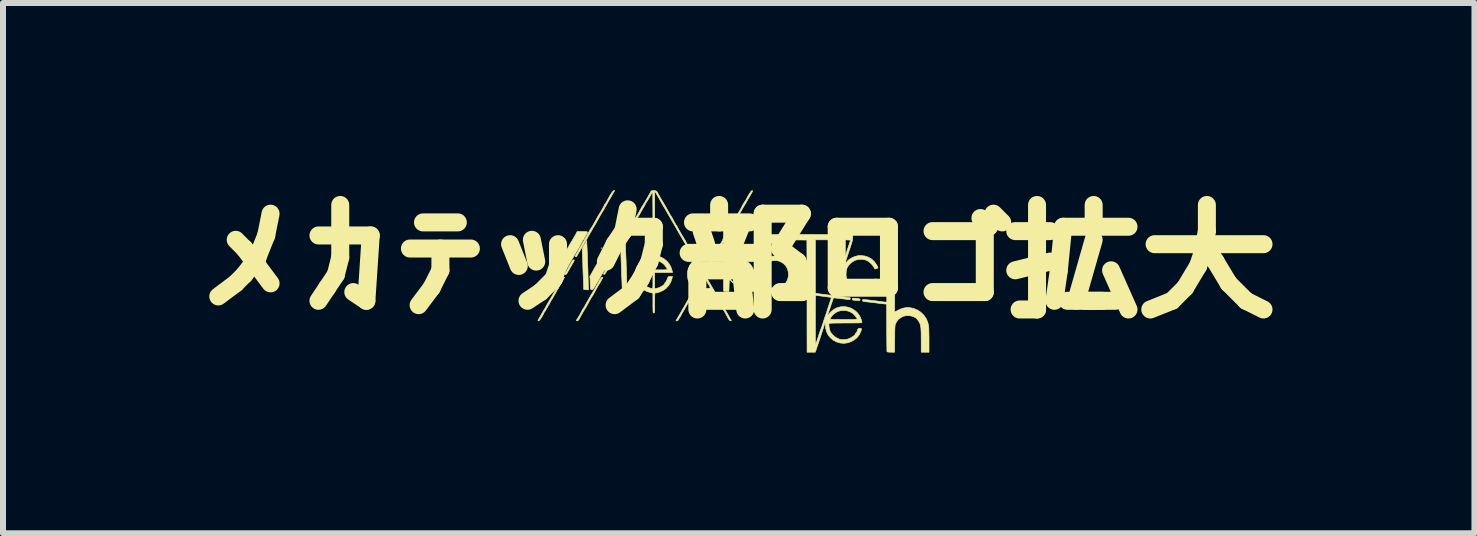
<source format=kicad_pcb>
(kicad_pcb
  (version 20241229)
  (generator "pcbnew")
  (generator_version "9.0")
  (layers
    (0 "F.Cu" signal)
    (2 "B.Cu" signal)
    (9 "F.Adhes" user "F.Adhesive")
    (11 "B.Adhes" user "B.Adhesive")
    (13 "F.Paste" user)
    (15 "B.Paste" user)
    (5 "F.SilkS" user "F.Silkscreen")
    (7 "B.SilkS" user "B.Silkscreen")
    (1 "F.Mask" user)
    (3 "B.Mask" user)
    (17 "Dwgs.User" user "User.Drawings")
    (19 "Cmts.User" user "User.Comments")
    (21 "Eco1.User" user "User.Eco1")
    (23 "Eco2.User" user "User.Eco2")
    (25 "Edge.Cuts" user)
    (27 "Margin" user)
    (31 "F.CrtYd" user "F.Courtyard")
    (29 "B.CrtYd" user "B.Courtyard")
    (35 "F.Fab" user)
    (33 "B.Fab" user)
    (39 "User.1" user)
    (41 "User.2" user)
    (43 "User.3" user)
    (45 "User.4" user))
  (footprint "メカテック部ロゴ拡大"
    (layer "F.Cu")
    (at 9.26 1.418)
    (property "Reference" "メカテック部ロゴ拡大" (at 0 0 0) (layer "F.SilkS") (effects (font (size 1.524 1.524) (thickness 0.3))))
    (attr through_hole)
    (fp_poly (pts (xy -2.288 -0.339) (xy -2.288 -0.33) (xy -2.288 -0.329) (xy -2.293 -0.33) (xy -2.293 -0.334) (xy -2.291 -0.34) (xy -2.288 -0.339)) (stroke (width 0.01) (type solid)) (fill yes) (layer "F.SilkS"))
    (fp_poly (pts (xy -0.061 0.257) (xy -0.045 0.262) (xy -0.032 0.266) (xy -0.019 0.271) (xy -0.015 0.277) (xy -0.016 0.281) (xy -0.022 0.282) (xy -0.038 0.278) (xy -0.049 0.274) (xy -0.065 0.267) (xy -0.072 0.26) (xy -0.073 0.259) (xy -0.067 0.256) (xy -0.061 0.257)) (stroke (width 0.01) (type solid)) (fill yes) (layer "F.SilkS"))
    (fp_poly (pts (xy -1.408 -0.703) (xy -1.404 -0.699) (xy -1.402 -0.688) (xy -1.401 -0.668) (xy -1.402 -0.637) (xy -1.402 -0.634) (xy -1.404 -0.596) (xy -1.408 -0.572) (xy -1.414 -0.56) (xy -1.422 -0.561) (xy -1.425 -0.563) (xy -1.427 -0.572) (xy -1.429 -0.593) (xy -1.43 -0.62) (xy -1.43 -0.636) (xy -1.429 -0.668) (xy -1.428 -0.688) (xy -1.426 -0.699) (xy -1.421 -0.703) (xy -1.415 -0.704) (xy -1.408 -0.703)) (stroke (width 0.01) (type solid)) (fill yes) (layer "F.SilkS"))
    (fp_poly (pts (xy 1.659 0.212) (xy 1.665 0.219) (xy 1.665 0.23) (xy 1.662 0.246) (xy 1.654 0.269) (xy 1.644 0.299) (xy 1.637 0.317) (xy 1.63 0.326) (xy 1.624 0.329) (xy 1.617 0.328) (xy 1.608 0.325) (xy 1.605 0.319) (xy 1.607 0.307) (xy 1.614 0.285) (xy 1.618 0.274) (xy 1.626 0.251) (xy 1.632 0.231) (xy 1.633 0.224) (xy 1.638 0.209) (xy 1.649 0.206) (xy 1.659 0.212)) (stroke (width 0.01) (type solid)) (fill yes) (layer "F.SilkS"))
    (fp_poly (pts (xy 1.929 0.502) (xy 1.948 0.504) (xy 1.983 0.507) (xy 2.006 0.511) (xy 2.019 0.516) (xy 2.023 0.524) (xy 2.023 0.529) (xy 2.015 0.537) (xy 2.001 0.543) (xy 1.986 0.544) (xy 1.981 0.542) (xy 1.972 0.539) (xy 1.954 0.537) (xy 1.936 0.536) (xy 1.912 0.534) (xy 1.9 0.531) (xy 1.895 0.525) (xy 1.894 0.517) (xy 1.895 0.508) (xy 1.899 0.503) (xy 1.909 0.502) (xy 1.929 0.502)) (stroke (width 0.01) (type solid)) (fill yes) (layer "F.SilkS"))
    (fp_poly (pts (xy -2.108 -0.109) (xy -2.119 -0.09) (xy -2.125 -0.076) (xy -2.126 -0.073) (xy -2.131 -0.066) (xy -2.133 -0.065) (xy -2.14 -0.059) (xy -2.145 -0.049) (xy -2.15 -0.037) (xy -2.161 -0.017) (xy -2.176 0.009) (xy -2.192 0.037) (xy -2.208 0.064) (xy -2.222 0.086) (xy -2.232 0.1) (xy -2.234 0.103) (xy -2.244 0.105) (xy -2.247 0.104) (xy -2.253 0.096) (xy -2.249 0.081) (xy -2.239 0.065) (xy -2.231 0.054) (xy -2.219 0.034) (xy -2.206 0.011) (xy -2.19 -0.017) (xy -2.175 -0.044) (xy -2.165 -0.062) (xy -2.151 -0.086) (xy -2.139 -0.109) (xy -2.136 -0.114) (xy -2.122 -0.133) (xy -2.107 -0.138) (xy -2.09 -0.138) (xy -2.108 -0.109)) (stroke (width 0.01) (type solid)) (fill yes) (layer "F.SilkS"))
    (fp_poly (pts (xy -2.742 -0.137) (xy -2.74 -0.132) (xy -2.744 -0.121) (xy -2.753 -0.102) (xy -2.77 -0.074) (xy -2.776 -0.063) (xy -2.791 -0.037) (xy -2.806 -0.013) (xy -2.815 0.004) (xy -2.816 0.006) (xy -2.824 0.02) (xy -2.836 0.041) (xy -2.849 0.063) (xy -2.86 0.083) (xy -2.868 0.096) (xy -2.871 0.1) (xy -2.878 0.103) (xy -2.887 0.105) (xy -2.898 0.105) (xy -2.898 0.096) (xy -2.898 0.096) (xy -2.889 0.079) (xy -2.884 0.073) (xy -2.876 0.06) (xy -2.864 0.04) (xy -2.856 0.025) (xy -2.84 -0.003) (xy -2.823 -0.035) (xy -2.815 -0.047) (xy -2.802 -0.07) (xy -2.792 -0.089) (xy -2.787 -0.098) (xy -2.772 -0.123) (xy -2.756 -0.136) (xy -2.748 -0.138) (xy -2.742 -0.137)) (stroke (width 0.01) (type solid)) (fill yes) (layer "F.SilkS"))
    (fp_poly (pts (xy -1.893 -0.455) (xy -1.89 -0.439) (xy -1.888 -0.415) (xy -1.888 -0.411) (xy -1.888 -0.389) (xy -1.886 -0.354) (xy -1.885 -0.311) (xy -1.883 -0.263) (xy -1.881 -0.212) (xy -1.88 -0.192) (xy -1.877 -0.13) (xy -1.875 -0.06) (xy -1.872 0.012) (xy -1.87 0.081) (xy -1.868 0.138) (xy -1.867 0.187) (xy -1.866 0.233) (xy -1.864 0.274) (xy -1.863 0.306) (xy -1.862 0.327) (xy -1.861 0.332) (xy -1.86 0.35) (xy -1.862 0.361) (xy -1.863 0.362) (xy -1.873 0.36) (xy -1.892 0.358) (xy -1.905 0.356) (xy -1.926 0.353) (xy -1.937 0.349) (xy -1.941 0.339) (xy -1.942 0.327) (xy -1.943 0.31) (xy -1.944 0.282) (xy -1.945 0.247) (xy -1.947 0.209) (xy -1.947 0.2) (xy -1.951 0.119) (xy -1.954 0.025) (xy -1.958 -0.078) (xy -1.962 -0.19) (xy -1.963 -0.227) (xy -1.966 -0.327) (xy -1.934 -0.386) (xy -1.92 -0.412) (xy -1.909 -0.434) (xy -1.902 -0.447) (xy -1.901 -0.45) (xy -1.896 -0.459) (xy -1.896 -0.46) (xy -1.893 -0.455)) (stroke (width 0.01) (type solid)) (fill yes) (layer "F.SilkS"))
    (fp_poly (pts (xy -2.533 -0.443) (xy -2.532 -0.427) (xy -2.531 -0.401) (xy -2.529 -0.372) (xy -2.529 -0.37) (xy -2.527 -0.328) (xy -2.525 -0.285) (xy -2.523 -0.241) (xy -2.521 -0.193) (xy -2.519 -0.14) (xy -2.517 -0.081) (xy -2.515 -0.013) (xy -2.512 0.064) (xy -2.51 0.153) (xy -2.507 0.241) (xy -2.504 0.363) (xy -2.52 0.362) (xy -2.539 0.36) (xy -2.56 0.358) (xy -2.584 0.355) (xy -2.584 0.295) (xy -2.585 0.264) (xy -2.586 0.236) (xy -2.587 0.216) (xy -2.587 0.214) (xy -2.588 0.199) (xy -2.59 0.173) (xy -2.591 0.139) (xy -2.593 0.099) (xy -2.594 0.076) (xy -2.597 -0.01) (xy -2.599 -0.084) (xy -2.601 -0.145) (xy -2.603 -0.195) (xy -2.604 -0.235) (xy -2.605 -0.267) (xy -2.605 -0.291) (xy -2.605 -0.31) (xy -2.604 -0.323) (xy -2.603 -0.332) (xy -2.601 -0.339) (xy -2.599 -0.344) (xy -2.596 -0.349) (xy -2.594 -0.354) (xy -2.581 -0.377) (xy -2.567 -0.4) (xy -2.565 -0.403) (xy -2.553 -0.423) (xy -2.542 -0.442) (xy -2.542 -0.442) (xy -2.534 -0.461) (xy -2.533 -0.443)) (stroke (width 0.01) (type solid)) (fill yes) (layer "F.SilkS"))
    (fp_poly (pts (xy -2.264 0.156) (xy -2.268 0.164) (xy -2.277 0.182) (xy -2.29 0.206) (xy -2.305 0.232) (xy -2.321 0.259) (xy -2.335 0.282) (xy -2.336 0.283) (xy -2.35 0.307) (xy -2.368 0.339) (xy -2.387 0.373) (xy -2.397 0.392) (xy -2.412 0.42) (xy -2.425 0.444) (xy -2.434 0.46) (xy -2.438 0.464) (xy -2.446 0.475) (xy -2.459 0.496) (xy -2.477 0.528) (xy -2.499 0.568) (xy -2.5 0.57) (xy -2.518 0.603) (xy -2.539 0.64) (xy -2.556 0.668) (xy -2.59 0.725) (xy -2.623 0.782) (xy -2.65 0.833) (xy -2.664 0.858) (xy -2.675 0.872) (xy -2.686 0.878) (xy -2.69 0.878) (xy -2.703 0.877) (xy -2.707 0.874) (xy -2.703 0.866) (xy -2.694 0.852) (xy -2.693 0.851) (xy -2.673 0.819) (xy -2.65 0.781) (xy -2.624 0.732) (xy -2.623 0.729) (xy -2.61 0.705) (xy -2.599 0.686) (xy -2.592 0.676) (xy -2.591 0.675) (xy -2.586 0.667) (xy -2.575 0.65) (xy -2.563 0.627) (xy -2.561 0.624) (xy -2.549 0.601) (xy -2.539 0.583) (xy -2.533 0.574) (xy -2.533 0.573) (xy -2.527 0.565) (xy -2.518 0.549) (xy -2.514 0.541) (xy -2.505 0.525) (xy -2.491 0.5) (xy -2.472 0.467) (xy -2.45 0.43) (xy -2.427 0.392) (xy -2.403 0.352) (xy -2.381 0.313) (xy -2.361 0.279) (xy -2.346 0.252) (xy -2.337 0.236) (xy -2.325 0.214) (xy -2.315 0.197) (xy -2.31 0.191) (xy -2.301 0.176) (xy -2.297 0.167) (xy -2.29 0.158) (xy -2.278 0.152) (xy -2.268 0.151) (xy -2.264 0.156)) (stroke (width 0.01) (type solid)) (fill yes) (layer "F.SilkS"))
    (fp_poly (pts (xy -2.929 0.201) (xy -2.943 0.226) (xy -2.954 0.246) (xy -2.961 0.257) (xy -2.961 0.258) (xy -2.967 0.267) (xy -2.978 0.286) (xy -2.99 0.308) (xy -3.003 0.331) (xy -3.013 0.348) (xy -3.018 0.356) (xy -3.025 0.364) (xy -3.032 0.377) (xy -3.04 0.393) (xy -3.052 0.416) (xy -3.063 0.435) (xy -3.077 0.459) (xy -3.089 0.479) (xy -3.095 0.49) (xy -3.103 0.505) (xy -3.116 0.525) (xy -3.123 0.535) (xy -3.134 0.553) (xy -3.141 0.566) (xy -3.142 0.57) (xy -3.146 0.578) (xy -3.155 0.593) (xy -3.159 0.601) (xy -3.171 0.621) (xy -3.187 0.648) (xy -3.203 0.677) (xy -3.204 0.679) (xy -3.218 0.703) (xy -3.229 0.722) (xy -3.237 0.732) (xy -3.238 0.733) (xy -3.245 0.742) (xy -3.249 0.752) (xy -3.259 0.775) (xy -3.274 0.801) (xy -3.29 0.827) (xy -3.307 0.851) (xy -3.321 0.869) (xy -3.331 0.878) (xy -3.333 0.878) (xy -3.344 0.877) (xy -3.346 0.876) (xy -3.342 0.867) (xy -3.333 0.849) (xy -3.319 0.824) (xy -3.306 0.802) (xy -3.293 0.778) (xy -3.277 0.75) (xy -3.27 0.737) (xy -3.257 0.714) (xy -3.246 0.697) (xy -3.241 0.689) (xy -3.231 0.675) (xy -3.223 0.66) (xy -3.213 0.642) (xy -3.198 0.614) (xy -3.176 0.576) (xy -3.148 0.527) (xy -3.124 0.487) (xy -3.105 0.455) (xy -3.088 0.424) (xy -3.073 0.4) (xy -3.066 0.386) (xy -3.051 0.361) (xy -3.037 0.335) (xy -3.035 0.332) (xy -3.02 0.307) (xy -3.005 0.281) (xy -3.004 0.278) (xy -2.991 0.256) (xy -2.976 0.229) (xy -2.964 0.21) (xy -2.951 0.187) (xy -2.942 0.17) (xy -2.939 0.161) (xy -2.933 0.154) (xy -2.921 0.152) (xy -2.903 0.152) (xy -2.929 0.201)) (stroke (width 0.01) (type solid)) (fill yes) (layer "F.SilkS"))
    (fp_poly (pts (xy -1.927 -0.609) (xy -1.899 -0.609) (xy -1.88 -0.607) (xy -1.872 -0.606) (xy -1.872 -0.606) (xy -1.876 -0.598) (xy -1.886 -0.579) (xy -1.902 -0.55) (xy -1.923 -0.513) (xy -1.948 -0.47) (xy -1.976 -0.422) (xy -1.983 -0.411) (xy -1.999 -0.382) (xy -2.013 -0.358) (xy -2.022 -0.34) (xy -2.025 -0.333) (xy -2.029 -0.324) (xy -2.034 -0.318) (xy -2.044 -0.306) (xy -2.055 -0.287) (xy -2.058 -0.282) (xy -2.071 -0.258) (xy -2.088 -0.229) (xy -2.106 -0.196) (xy -2.123 -0.165) (xy -2.139 -0.137) (xy -2.151 -0.116) (xy -2.157 -0.106) (xy -2.178 -0.072) (xy -2.193 -0.047) (xy -2.205 -0.027) (xy -2.216 -0.008) (xy -2.228 0.014) (xy -2.24 0.036) (xy -2.254 0.061) (xy -2.267 0.084) (xy -2.272 0.091) (xy -2.288 0.118) (xy -2.308 0.153) (xy -2.326 0.189) (xy -2.337 0.208) (xy -2.348 0.222) (xy -2.349 0.224) (xy -2.357 0.237) (xy -2.359 0.244) (xy -2.362 0.253) (xy -2.365 0.254) (xy -2.372 0.26) (xy -2.377 0.27) (xy -2.384 0.286) (xy -2.397 0.307) (xy -2.411 0.329) (xy -2.425 0.348) (xy -2.434 0.357) (xy -2.443 0.362) (xy -2.453 0.36) (xy -2.461 0.357) (xy -2.466 0.352) (xy -2.469 0.343) (xy -2.472 0.325) (xy -2.473 0.297) (xy -2.474 0.261) (xy -2.475 0.225) (xy -2.476 0.193) (xy -2.478 0.168) (xy -2.48 0.154) (xy -2.48 0.154) (xy -2.48 0.137) (xy -2.476 0.129) (xy -2.469 0.118) (xy -2.458 0.099) (xy -2.448 0.08) (xy -2.432 0.052) (xy -2.414 0.019) (xy -2.399 -0.007) (xy -2.383 -0.035) (xy -2.367 -0.062) (xy -2.356 -0.081) (xy -2.336 -0.116) (xy -2.314 -0.154) (xy -2.291 -0.194) (xy -2.268 -0.233) (xy -2.246 -0.27) (xy -2.228 -0.301) (xy -2.214 -0.325) (xy -2.205 -0.339) (xy -2.204 -0.34) (xy -2.193 -0.359) (xy -2.185 -0.374) (xy -2.179 -0.386) (xy -2.167 -0.407) (xy -2.151 -0.435) (xy -2.134 -0.463) (xy -2.117 -0.492) (xy -2.103 -0.516) (xy -2.093 -0.533) (xy -2.09 -0.54) (xy -2.087 -0.548) (xy -2.078 -0.564) (xy -2.07 -0.577) (xy -2.05 -0.61) (xy -1.961 -0.61) (xy -1.927 -0.609)) (stroke (width 0.01) (type solid)) (fill yes) (layer "F.SilkS"))
    (fp_poly (pts (xy 2.598 0.732) (xy 2.64 0.709) (xy 2.692 0.684) (xy 2.745 0.666) (xy 2.796 0.657) (xy 2.84 0.656) (xy 2.912 0.671) (xy 2.978 0.698) (xy 3.035 0.736) (xy 3.084 0.784) (xy 3.123 0.84) (xy 3.151 0.905) (xy 3.164 0.959) (xy 3.166 0.979) (xy 3.168 1.011) (xy 3.169 1.053) (xy 3.17 1.101) (xy 3.171 1.154) (xy 3.171 1.203) (xy 3.171 1.401) (xy 3.041 1.401) (xy 3.041 1.21) (xy 3.04 1.141) (xy 3.04 1.084) (xy 3.038 1.038) (xy 3.036 1.001) (xy 3.032 0.971) (xy 3.027 0.947) (xy 3.021 0.927) (xy 3.012 0.908) (xy 3.001 0.889) (xy 2.998 0.884) (xy 2.979 0.857) (xy 2.961 0.838) (xy 2.938 0.822) (xy 2.926 0.816) (xy 2.881 0.799) (xy 2.832 0.791) (xy 2.784 0.793) (xy 2.739 0.804) (xy 2.702 0.824) (xy 2.692 0.832) (xy 2.677 0.844) (xy 2.666 0.849) (xy 2.665 0.849) (xy 2.657 0.854) (xy 2.656 0.856) (xy 2.652 0.866) (xy 2.646 0.873) (xy 2.637 0.885) (xy 2.625 0.904) (xy 2.619 0.915) (xy 2.614 0.924) (xy 2.61 0.934) (xy 2.608 0.945) (xy 2.605 0.96) (xy 2.604 0.98) (xy 2.602 1.006) (xy 2.601 1.042) (xy 2.6 1.087) (xy 2.6 1.145) (xy 2.599 1.174) (xy 2.597 1.401) (xy 2.535 1.401) (xy 2.501 1.4) (xy 2.48 1.397) (xy 2.471 1.392) (xy 2.471 1.392) (xy 2.47 1.383) (xy 2.469 1.361) (xy 2.469 1.327) (xy 2.468 1.283) (xy 2.467 1.23) (xy 2.467 1.169) (xy 2.466 1.102) (xy 2.466 1.029) (xy 2.466 0.991) (xy 2.464 0.599) (xy 2.431 0.597) (xy 2.412 0.595) (xy 2.382 0.592) (xy 2.345 0.588) (xy 2.305 0.582) (xy 2.293 0.581) (xy 2.251 0.575) (xy 2.208 0.57) (xy 2.17 0.566) (xy 2.142 0.563) (xy 2.137 0.562) (xy 2.103 0.559) (xy 2.081 0.555) (xy 2.068 0.551) (xy 2.062 0.544) (xy 2.061 0.537) (xy 2.066 0.525) (xy 2.074 0.522) (xy 2.09 0.523) (xy 2.118 0.526) (xy 2.155 0.53) (xy 2.199 0.535) (xy 2.246 0.541) (xy 2.295 0.547) (xy 2.331 0.552) (xy 2.369 0.557) (xy 2.403 0.562) (xy 2.43 0.565) (xy 2.447 0.566) (xy 2.449 0.566) (xy 2.467 0.566) (xy 2.469 0.187) (xy 2.471 -0.192) (xy 2.598 -0.197) (xy 2.598 0.732)) (stroke (width 0.01) (type solid)) (fill yes) (layer "F.SilkS"))
    (fp_poly (pts (xy -2.083 -1.265) (xy -2.098 -1.24) (xy -2.113 -1.213) (xy -2.116 -1.208) (xy -2.128 -1.186) (xy -2.144 -1.159) (xy -2.158 -1.136) (xy -2.175 -1.107) (xy -2.192 -1.076) (xy -2.203 -1.056) (xy -2.216 -1.033) (xy -2.228 -1.014) (xy -2.234 -1.007) (xy -2.24 -0.997) (xy -2.239 -0.994) (xy -2.238 -0.99) (xy -2.244 -0.982) (xy -2.251 -0.972) (xy -2.263 -0.952) (xy -2.279 -0.925) (xy -2.298 -0.894) (xy -2.317 -0.86) (xy -2.336 -0.826) (xy -2.353 -0.796) (xy -2.366 -0.772) (xy -2.375 -0.756) (xy -2.375 -0.755) (xy -2.381 -0.744) (xy -2.393 -0.724) (xy -2.408 -0.7) (xy -2.409 -0.698) (xy -2.423 -0.675) (xy -2.434 -0.658) (xy -2.438 -0.65) (xy -2.438 -0.649) (xy -2.442 -0.642) (xy -2.452 -0.624) (xy -2.469 -0.596) (xy -2.49 -0.56) (xy -2.501 -0.541) (xy -2.511 -0.524) (xy -2.521 -0.504) (xy -2.534 -0.482) (xy -2.547 -0.461) (xy -2.56 -0.439) (xy -2.573 -0.415) (xy -2.574 -0.414) (xy -2.582 -0.398) (xy -2.596 -0.374) (xy -2.615 -0.343) (xy -2.635 -0.308) (xy -2.643 -0.294) (xy -2.663 -0.261) (xy -2.68 -0.232) (xy -2.692 -0.21) (xy -2.699 -0.197) (xy -2.7 -0.195) (xy -2.706 -0.19) (xy -2.715 -0.189) (xy -2.726 -0.192) (xy -2.726 -0.2) (xy -2.721 -0.211) (xy -2.71 -0.231) (xy -2.695 -0.256) (xy -2.685 -0.273) (xy -2.67 -0.299) (xy -2.658 -0.322) (xy -2.65 -0.337) (xy -2.649 -0.341) (xy -2.644 -0.349) (xy -2.643 -0.35) (xy -2.637 -0.357) (xy -2.627 -0.373) (xy -2.617 -0.392) (xy -2.602 -0.419) (xy -2.583 -0.452) (xy -2.567 -0.479) (xy -2.549 -0.508) (xy -2.529 -0.544) (xy -2.51 -0.579) (xy -2.505 -0.588) (xy -2.491 -0.615) (xy -2.479 -0.637) (xy -2.47 -0.65) (xy -2.468 -0.653) (xy -2.462 -0.661) (xy -2.451 -0.679) (xy -2.436 -0.703) (xy -2.419 -0.732) (xy -2.402 -0.762) (xy -2.386 -0.791) (xy -2.381 -0.801) (xy -2.355 -0.848) (xy -2.336 -0.882) (xy -2.322 -0.903) (xy -2.319 -0.907) (xy -2.311 -0.919) (xy -2.299 -0.94) (xy -2.284 -0.965) (xy -2.269 -0.993) (xy -2.254 -1.019) (xy -2.243 -1.041) (xy -2.236 -1.056) (xy -2.235 -1.059) (xy -2.231 -1.067) (xy -2.229 -1.067) (xy -2.223 -1.073) (xy -2.213 -1.088) (xy -2.204 -1.105) (xy -2.174 -1.16) (xy -2.148 -1.207) (xy -2.124 -1.244) (xy -2.105 -1.271) (xy -2.09 -1.287) (xy -2.083 -1.291) (xy -2.066 -1.293) (xy -2.083 -1.265)) (stroke (width 0.01) (type solid)) (fill yes) (layer "F.SilkS"))
    (fp_poly (pts (xy -2.566 -0.609) (xy -2.54 -0.608) (xy -2.525 -0.604) (xy -2.52 -0.598) (xy -2.523 -0.586) (xy -2.532 -0.569) (xy -2.536 -0.562) (xy -2.549 -0.541) (xy -2.559 -0.522) (xy -2.562 -0.517) (xy -2.571 -0.5) (xy -2.584 -0.48) (xy -2.587 -0.476) (xy -2.599 -0.46) (xy -2.605 -0.45) (xy -2.605 -0.448) (xy -2.609 -0.44) (xy -2.618 -0.423) (xy -2.631 -0.399) (xy -2.642 -0.381) (xy -2.657 -0.354) (xy -2.669 -0.332) (xy -2.676 -0.318) (xy -2.678 -0.314) (xy -2.682 -0.307) (xy -2.691 -0.292) (xy -2.693 -0.29) (xy -2.703 -0.275) (xy -2.717 -0.251) (xy -2.734 -0.221) (xy -2.75 -0.194) (xy -2.773 -0.153) (xy -2.797 -0.112) (xy -2.82 -0.072) (xy -2.84 -0.036) (xy -2.857 -0.006) (xy -2.869 0.014) (xy -2.872 0.018) (xy -2.882 0.037) (xy -2.888 0.05) (xy -2.897 0.066) (xy -2.91 0.087) (xy -2.916 0.097) (xy -2.931 0.119) (xy -2.948 0.148) (xy -2.963 0.176) (xy -2.982 0.21) (xy -2.995 0.234) (xy -3.003 0.249) (xy -3.009 0.257) (xy -3.012 0.261) (xy -3.012 0.261) (xy -3.018 0.269) (xy -3.028 0.286) (xy -3.041 0.309) (xy -3.043 0.312) (xy -3.069 0.359) (xy -3.153 0.359) (xy -3.187 0.359) (xy -3.215 0.358) (xy -3.234 0.356) (xy -3.241 0.354) (xy -3.24 0.345) (xy -3.232 0.328) (xy -3.219 0.305) (xy -3.216 0.299) (xy -3.201 0.273) (xy -3.187 0.249) (xy -3.178 0.232) (xy -3.178 0.23) (xy -3.17 0.216) (xy -3.163 0.21) (xy -3.157 0.205) (xy -3.157 0.203) (xy -3.153 0.194) (xy -3.144 0.175) (xy -3.13 0.15) (xy -3.121 0.134) (xy -3.105 0.107) (xy -3.093 0.086) (xy -3.086 0.072) (xy -3.084 0.069) (xy -3.081 0.061) (xy -3.071 0.045) (xy -3.064 0.034) (xy -3.04 -0.004) (xy -3.019 -0.041) (xy -3.004 -0.072) (xy -3.003 -0.074) (xy -2.995 -0.089) (xy -2.988 -0.094) (xy -2.983 -0.1) (xy -2.983 -0.104) (xy -2.978 -0.118) (xy -2.973 -0.122) (xy -2.965 -0.132) (xy -2.954 -0.151) (xy -2.946 -0.166) (xy -2.936 -0.186) (xy -2.927 -0.2) (xy -2.923 -0.203) (xy -2.918 -0.209) (xy -2.917 -0.213) (xy -2.914 -0.222) (xy -2.904 -0.241) (xy -2.89 -0.267) (xy -2.876 -0.291) (xy -2.858 -0.32) (xy -2.842 -0.347) (xy -2.83 -0.368) (xy -2.825 -0.377) (xy -2.816 -0.395) (xy -2.809 -0.406) (xy -2.798 -0.425) (xy -2.782 -0.451) (xy -2.764 -0.481) (xy -2.745 -0.513) (xy -2.728 -0.543) (xy -2.714 -0.568) (xy -2.705 -0.584) (xy -2.704 -0.586) (xy -2.692 -0.61) (xy -2.605 -0.61) (xy -2.566 -0.609)) (stroke (width 0.01) (type solid)) (fill yes) (layer "F.SilkS"))
    (fp_poly (pts (xy -1.41 -0.537) (xy -1.407 -0.534) (xy -1.404 -0.527) (xy -1.403 -0.515) (xy -1.402 -0.495) (xy -1.401 -0.466) (xy -1.401 -0.426) (xy -1.401 -0.373) (xy -1.401 -0.371) (xy -1.401 -0.205) (xy -1.359 -0.2) (xy -1.303 -0.186) (xy -1.25 -0.159) (xy -1.202 -0.122) (xy -1.162 -0.075) (xy -1.131 -0.022) (xy -1.111 0.037) (xy -1.108 0.049) (xy -1.103 0.073) (xy -1.401 0.073) (xy -1.401 0.342) (xy -1.37 0.337) (xy -1.342 0.33) (xy -1.312 0.317) (xy -1.283 0.302) (xy -1.258 0.286) (xy -1.241 0.27) (xy -1.234 0.256) (xy -1.234 0.256) (xy -1.228 0.245) (xy -1.225 0.242) (xy -1.215 0.23) (xy -1.202 0.207) (xy -1.188 0.177) (xy -1.183 0.161) (xy -1.176 0.147) (xy -1.167 0.14) (xy -1.152 0.138) (xy -1.139 0.138) (xy -1.104 0.138) (xy -1.113 0.177) (xy -1.134 0.236) (xy -1.167 0.29) (xy -1.21 0.336) (xy -1.252 0.367) (xy -1.271 0.377) (xy -1.296 0.388) (xy -1.323 0.399) (xy -1.347 0.407) (xy -1.365 0.412) (xy -1.37 0.413) (xy -1.38 0.411) (xy -1.387 0.412) (xy -1.393 0.416) (xy -1.396 0.425) (xy -1.399 0.441) (xy -1.4 0.465) (xy -1.4 0.499) (xy -1.401 0.546) (xy -1.401 0.581) (xy -1.401 0.634) (xy -1.401 0.674) (xy -1.401 0.704) (xy -1.403 0.724) (xy -1.404 0.737) (xy -1.407 0.744) (xy -1.41 0.747) (xy -1.415 0.747) (xy -1.415 0.747) (xy -1.42 0.747) (xy -1.423 0.744) (xy -1.426 0.738) (xy -1.428 0.725) (xy -1.429 0.705) (xy -1.429 0.676) (xy -1.43 0.636) (xy -1.43 0.584) (xy -1.43 0.417) (xy -1.471 0.408) (xy -1.534 0.388) (xy -1.591 0.355) (xy -1.641 0.313) (xy -1.681 0.262) (xy -1.695 0.236) (xy -1.704 0.216) (xy -1.71 0.199) (xy -1.714 0.181) (xy -1.716 0.158) (xy -1.716 0.126) (xy -1.716 0.112) (xy -1.654 0.112) (xy -1.654 0.133) (xy -1.65 0.147) (xy -1.648 0.149) (xy -1.644 0.158) (xy -1.645 0.164) (xy -1.644 0.173) (xy -1.64 0.174) (xy -1.636 0.179) (xy -1.637 0.182) (xy -1.636 0.193) (xy -1.627 0.211) (xy -1.612 0.233) (xy -1.593 0.257) (xy -1.585 0.266) (xy -1.542 0.302) (xy -1.493 0.327) (xy -1.488 0.329) (xy -1.468 0.336) (xy -1.453 0.34) (xy -1.443 0.34) (xy -1.436 0.333) (xy -1.432 0.319) (xy -1.43 0.295) (xy -1.43 0.261) (xy -1.43 0.213) (xy -1.43 0.207) (xy -1.43 0.073) (xy -1.538 0.073) (xy -1.579 0.073) (xy -1.609 0.073) (xy -1.628 0.074) (xy -1.64 0.076) (xy -1.646 0.08) (xy -1.649 0.085) (xy -1.65 0.089) (xy -1.654 0.112) (xy -1.716 0.112) (xy -1.716 0.105) (xy -1.716 0.068) (xy -1.715 0.041) (xy -1.714 0.029) (xy -1.64 0.029) (xy -1.43 0.029) (xy -1.43 -0.05) (xy -1.401 -0.05) (xy -1.401 0.029) (xy -1.295 0.029) (xy -1.258 0.029) (xy -1.227 0.028) (xy -1.204 0.027) (xy -1.191 0.026) (xy -1.19 0.025) (xy -1.195 0.01) (xy -1.206 -0.011) (xy -1.223 -0.035) (xy -1.241 -0.058) (xy -1.254 -0.07) (xy -1.274 -0.086) (xy -1.3 -0.102) (xy -1.328 -0.116) (xy -1.355 -0.128) (xy -1.377 -0.134) (xy -1.392 -0.135) (xy -1.393 -0.134) (xy -1.396 -0.125) (xy -1.399 -0.104) (xy -1.4 -0.074) (xy -1.401 -0.05) (xy -1.43 -0.05) (xy -1.43 -0.136) (xy -1.465 -0.126) (xy -1.49 -0.119) (xy -1.511 -0.111) (xy -1.518 -0.108) (xy -1.532 -0.101) (xy -1.539 -0.1) (xy -1.547 -0.096) (xy -1.561 -0.084) (xy -1.578 -0.068) (xy -1.595 -0.05) (xy -1.608 -0.035) (xy -1.612 -0.029) (xy -1.623 -0.008) (xy -1.631 0.009) (xy -1.64 0.029) (xy -1.714 0.029) (xy -1.713 0.021) (xy -1.708 0.003) (xy -1.7 -0.015) (xy -1.692 -0.031) (xy -1.66 -0.083) (xy -1.618 -0.128) (xy -1.569 -0.164) (xy -1.517 -0.189) (xy -1.469 -0.2) (xy -1.43 -0.205) (xy -1.43 -0.371) (xy -1.43 -0.424) (xy -1.429 -0.465) (xy -1.429 -0.494) (xy -1.428 -0.514) (xy -1.426 -0.527) (xy -1.423 -0.534) (xy -1.42 -0.536) (xy -1.415 -0.537) (xy -1.415 -0.537) (xy -1.41 -0.537)) (stroke (width 0.01) (type solid)) (fill yes) (layer "F.SilkS"))
    (fp_poly (pts (xy -1.388 -1.29) (xy -1.369 -1.281) (xy -1.355 -1.265) (xy -1.35 -1.254) (xy -1.347 -1.248) (xy -1.344 -1.242) (xy -1.339 -1.233) (xy -1.333 -1.221) (xy -1.323 -1.205) (xy -1.31 -1.181) (xy -1.292 -1.15) (xy -1.268 -1.11) (xy -1.238 -1.059) (xy -1.231 -1.047) (xy -1.208 -1.007) (xy -1.188 -0.972) (xy -1.172 -0.943) (xy -1.16 -0.922) (xy -1.154 -0.911) (xy -1.154 -0.91) (xy -1.15 -0.902) (xy -1.14 -0.887) (xy -1.138 -0.883) (xy -1.12 -0.856) (xy -1.099 -0.819) (xy -1.075 -0.772) (xy -1.062 -0.75) (xy -1.05 -0.729) (xy -1.046 -0.725) (xy -1.033 -0.705) (xy -1.022 -0.686) (xy -1.012 -0.666) (xy -0.997 -0.639) (xy -0.979 -0.608) (xy -0.962 -0.577) (xy -0.945 -0.549) (xy -0.933 -0.528) (xy -0.929 -0.522) (xy -0.917 -0.504) (xy -0.904 -0.481) (xy -0.9 -0.475) (xy -0.887 -0.452) (xy -0.872 -0.424) (xy -0.864 -0.41) (xy -0.847 -0.381) (xy -0.83 -0.35) (xy -0.823 -0.337) (xy -0.809 -0.313) (xy -0.792 -0.282) (xy -0.774 -0.252) (xy -0.772 -0.249) (xy -0.757 -0.225) (xy -0.746 -0.205) (xy -0.741 -0.194) (xy -0.74 -0.193) (xy -0.746 -0.189) (xy -0.753 -0.189) (xy -0.76 -0.191) (xy -0.768 -0.199) (xy -0.779 -0.214) (xy -0.795 -0.238) (xy -0.815 -0.273) (xy -0.82 -0.282) (xy -0.828 -0.297) (xy -0.842 -0.32) (xy -0.858 -0.348) (xy -0.867 -0.363) (xy -0.884 -0.393) (xy -0.9 -0.421) (xy -0.913 -0.443) (xy -0.917 -0.45) (xy -0.925 -0.465) (xy -0.939 -0.489) (xy -0.958 -0.521) (xy -0.979 -0.557) (xy -0.997 -0.588) (xy -1.022 -0.631) (xy -1.051 -0.683) (xy -1.083 -0.738) (xy -1.115 -0.792) (xy -1.141 -0.838) (xy -1.168 -0.884) (xy -1.195 -0.931) (xy -1.22 -0.975) (xy -1.242 -1.013) (xy -1.26 -1.042) (xy -1.261 -1.045) (xy -1.28 -1.077) (xy -1.297 -1.107) (xy -1.311 -1.132) (xy -1.317 -1.143) (xy -1.328 -1.163) (xy -1.344 -1.19) (xy -1.361 -1.22) (xy -1.367 -1.23) (xy -1.401 -1.288) (xy -1.401 -1.008) (xy -1.401 -0.936) (xy -1.401 -0.879) (xy -1.401 -0.832) (xy -1.401 -0.797) (xy -1.402 -0.771) (xy -1.403 -0.752) (xy -1.405 -0.74) (xy -1.407 -0.733) (xy -1.41 -0.731) (xy -1.413 -0.73) (xy -1.415 -0.731) (xy -1.419 -0.732) (xy -1.422 -0.735) (xy -1.424 -0.741) (xy -1.426 -0.752) (xy -1.428 -0.768) (xy -1.429 -0.791) (xy -1.43 -0.823) (xy -1.43 -0.864) (xy -1.431 -0.917) (xy -1.431 -0.983) (xy -1.431 -1.008) (xy -1.433 -1.281) (xy -1.462 -1.228) (xy -1.482 -1.192) (xy -1.496 -1.166) (xy -1.507 -1.147) (xy -1.516 -1.133) (xy -1.525 -1.119) (xy -1.533 -1.107) (xy -1.545 -1.089) (xy -1.552 -1.076) (xy -1.553 -1.073) (xy -1.557 -1.065) (xy -1.566 -1.047) (xy -1.58 -1.022) (xy -1.598 -0.992) (xy -1.6 -0.988) (xy -1.618 -0.958) (xy -1.633 -0.932) (xy -1.643 -0.914) (xy -1.647 -0.905) (xy -1.647 -0.904) (xy -1.651 -0.897) (xy -1.661 -0.881) (xy -1.669 -0.869) (xy -1.684 -0.845) (xy -1.702 -0.815) (xy -1.714 -0.793) (xy -1.737 -0.753) (xy -1.761 -0.709) (xy -1.784 -0.669) (xy -1.793 -0.653) (xy -1.802 -0.639) (xy -1.807 -0.631) (xy -1.813 -0.623) (xy -1.82 -0.61) (xy -1.829 -0.593) (xy -1.842 -0.57) (xy -1.85 -0.555) (xy -1.864 -0.531) (xy -1.877 -0.508) (xy -1.882 -0.497) (xy -1.894 -0.475) (xy -1.907 -0.457) (xy -1.917 -0.442) (xy -1.931 -0.418) (xy -1.944 -0.392) (xy -1.958 -0.367) (xy -1.969 -0.346) (xy -1.977 -0.334) (xy -1.977 -0.334) (xy -1.988 -0.319) (xy -1.991 -0.312) (xy -1.998 -0.299) (xy -2.009 -0.281) (xy -2.01 -0.279) (xy -2.023 -0.258) (xy -2.033 -0.238) (xy -2.04 -0.223) (xy -2.046 -0.218) (xy -2.053 -0.212) (xy -2.056 -0.203) (xy -2.063 -0.194) (xy -2.075 -0.189) (xy -2.086 -0.188) (xy -2.09 -0.193) (xy -2.087 -0.203) (xy -2.079 -0.218) (xy -2.071 -0.23) (xy -2.068 -0.232) (xy -2.062 -0.24) (xy -2.052 -0.257) (xy -2.048 -0.265) (xy -2.033 -0.291) (xy -2.017 -0.318) (xy -2.014 -0.323) (xy -2.003 -0.342) (xy -1.988 -0.369) (xy -1.97 -0.401) (xy -1.959 -0.421) (xy -1.94 -0.454) (xy -1.921 -0.487) (xy -1.905 -0.514) (xy -1.898 -0.526) (xy -1.884 -0.549) (xy -1.873 -0.569) (xy -1.869 -0.579) (xy -1.863 -0.591) (xy -1.857 -0.595) (xy -1.851 -0.601) (xy -1.851 -0.604) (xy -1.847 -0.612) (xy -1.837 -0.631) (xy -1.822 -0.659) (xy -1.803 -0.692) (xy -1.78 -0.73) (xy -1.777 -0.736) (xy -1.748 -0.785) (xy -1.72 -0.834) (xy -1.693 -0.88) (xy -1.669 -0.921) (xy -1.649 -0.958) (xy -1.633 -0.986) (xy -1.622 -1.006) (xy -1.618 -1.015) (xy -1.618 -1.015) (xy -1.614 -1.023) (xy -1.608 -1.03) (xy -1.601 -1.041) (xy -1.588 -1.061) (xy -1.572 -1.088) (xy -1.556 -1.114) (xy -1.537 -1.147) (xy -1.518 -1.18) (xy -1.502 -1.208) (xy -1.494 -1.223) (xy -1.48 -1.246) (xy -1.469 -1.266) (xy -1.465 -1.275) (xy -1.457 -1.285) (xy -1.446 -1.29) (xy -1.426 -1.292) (xy -1.417 -1.292) (xy -1.388 -1.29)) (stroke (width 0.01) (type solid)) (fill yes) (layer "F.SilkS"))
    (fp_poly (pts (xy 0.229 -1.29) (xy 0.231 -1.285) (xy 0.226 -1.272) (xy 0.214 -1.25) (xy 0.212 -1.247) (xy 0.2 -1.227) (xy 0.184 -1.199) (xy 0.165 -1.166) (xy 0.147 -1.135) (xy 0.129 -1.104) (xy 0.113 -1.076) (xy 0.101 -1.056) (xy 0.094 -1.045) (xy 0.094 -1.045) (xy 0.088 -1.034) (xy 0.076 -1.014) (xy 0.061 -0.988) (xy 0.05 -0.969) (xy 0.032 -0.938) (xy 0.016 -0.909) (xy 0.003 -0.887) (xy -0.002 -0.878) (xy -0.012 -0.861) (xy -0.026 -0.836) (xy -0.044 -0.805) (xy -0.059 -0.778) (xy -0.077 -0.747) (xy -0.094 -0.718) (xy -0.108 -0.695) (xy -0.116 -0.683) (xy -0.126 -0.666) (xy -0.131 -0.654) (xy -0.131 -0.653) (xy -0.135 -0.642) (xy -0.145 -0.626) (xy -0.145 -0.626) (xy -0.149 -0.621) (xy -0.152 -0.614) (xy -0.155 -0.605) (xy -0.156 -0.591) (xy -0.158 -0.572) (xy -0.159 -0.546) (xy -0.159 -0.511) (xy -0.16 -0.466) (xy -0.16 -0.409) (xy -0.16 -0.351) (xy -0.159 -0.292) (xy -0.159 -0.237) (xy -0.158 -0.189) (xy -0.157 -0.149) (xy -0.156 -0.119) (xy -0.155 -0.1) (xy -0.153 -0.094) (xy -0.144 -0.097) (xy -0.126 -0.106) (xy -0.103 -0.117) (xy -0.101 -0.118) (xy -0.078 -0.129) (xy -0.058 -0.136) (xy -0.037 -0.14) (xy -0.01 -0.141) (xy 0.01 -0.142) (xy 0.044 -0.141) (xy 0.068 -0.139) (xy 0.088 -0.134) (xy 0.109 -0.125) (xy 0.119 -0.12) (xy 0.163 -0.092) (xy 0.199 -0.058) (xy 0.228 -0.013) (xy 0.234 -0.000189) (xy 0.258 0.047) (xy 0.26 0.215) (xy 0.26 0.271) (xy 0.26 0.314) (xy 0.26 0.345) (xy 0.259 0.366) (xy 0.257 0.379) (xy 0.254 0.385) (xy 0.253 0.386) (xy 0.24 0.387) (xy 0.219 0.387) (xy 0.209 0.386) (xy 0.174 0.383) (xy 0.174 0.277) (xy 0.174 0.236) (xy 0.174 0.207) (xy 0.173 0.19) (xy 0.171 0.182) (xy 0.168 0.182) (xy 0.164 0.187) (xy 0.161 0.192) (xy 0.132 0.227) (xy 0.094 0.256) (xy 0.055 0.273) (xy 0.032 0.279) (xy 0.016 0.282) (xy 0.01 0.281) (xy 0.008 0.273) (xy 0.019 0.268) (xy 0.034 0.267) (xy 0.059 0.262) (xy 0.088 0.248) (xy 0.116 0.229) (xy 0.13 0.215) (xy 0.151 0.187) (xy 0.164 0.159) (xy 0.17 0.127) (xy 0.171 0.109) (xy 0.171 0.08) (xy 0.167 0.058) (xy 0.159 0.038) (xy 0.154 0.029) (xy 0.143 0.011) (xy 0.129 -0.007) (xy 0.116 -0.022) (xy 0.106 -0.032) (xy 0.102 -0.033) (xy 0.102 -0.032) (xy 0.096 -0.034) (xy 0.082 -0.04) (xy 0.076 -0.044) (xy 0.051 -0.054) (xy 0.024 -0.059) (xy 0.02 -0.06) (xy -0.006 -0.059) (xy -0.033 -0.054) (xy -0.058 -0.047) (xy -0.077 -0.039) (xy -0.085 -0.032) (xy -0.093 -0.023) (xy -0.097 -0.022) (xy -0.106 -0.016) (xy -0.118 -0.000288) (xy -0.131 0.021) (xy -0.143 0.043) (xy -0.15 0.063) (xy -0.151 0.065) (xy -0.157 0.1) (xy -0.157 0.128) (xy -0.149 0.154) (xy -0.137 0.178) (xy -0.123 0.202) (xy -0.11 0.221) (xy -0.1 0.231) (xy -0.09 0.242) (xy -0.087 0.249) (xy -0.091 0.25) (xy -0.102 0.242) (xy -0.115 0.229) (xy -0.13 0.214) (xy -0.142 0.198) (xy -0.148 0.189) (xy -0.151 0.184) (xy -0.154 0.187) (xy -0.156 0.199) (xy -0.157 0.221) (xy -0.159 0.256) (xy -0.16 0.28) (xy -0.163 0.389) (xy -0.206 0.388) (xy -0.229 0.387) (xy -0.246 0.384) (xy -0.251 0.381) (xy -0.252 0.372) (xy -0.252 0.351) (xy -0.253 0.317) (xy -0.253 0.273) (xy -0.253 0.22) (xy -0.253 0.159) (xy -0.253 0.092) (xy -0.253 0.019) (xy -0.252 -0.031) (xy -0.252 -0.106) (xy -0.252 -0.177) (xy -0.252 -0.241) (xy -0.252 -0.299) (xy -0.253 -0.348) (xy -0.253 -0.388) (xy -0.254 -0.416) (xy -0.255 -0.432) (xy -0.256 -0.435) (xy -0.261 -0.43) (xy -0.261 -0.428) (xy -0.265 -0.418) (xy -0.274 -0.401) (xy -0.281 -0.39) (xy -0.294 -0.369) (xy -0.305 -0.351) (xy -0.309 -0.345) (xy -0.338 -0.292) (xy -0.364 -0.25) (xy -0.385 -0.218) (xy -0.402 -0.197) (xy -0.413 -0.189) (xy -0.414 -0.189) (xy -0.422 -0.19) (xy -0.423 -0.194) (xy -0.419 -0.206) (xy -0.407 -0.227) (xy -0.39 -0.256) (xy -0.372 -0.288) (xy -0.363 -0.305) (xy -0.346 -0.334) (xy -0.328 -0.365) (xy -0.318 -0.381) (xy -0.295 -0.419) (xy -0.278 -0.448) (xy -0.266 -0.472) (xy -0.259 -0.495) (xy -0.256 -0.52) (xy -0.254 -0.551) (xy -0.254 -0.591) (xy -0.254 -0.704) (xy -0.207 -0.704) (xy -0.181 -0.704) (xy -0.167 -0.702) (xy -0.161 -0.697) (xy -0.16 -0.688) (xy -0.159 -0.684) (xy -0.159 -0.664) (xy -0.145 -0.682) (xy -0.133 -0.701) (xy -0.126 -0.717) (xy -0.121 -0.729) (xy -0.117 -0.733) (xy -0.111 -0.739) (xy -0.103 -0.753) (xy -0.093 -0.774) (xy -0.081 -0.794) (xy -0.073 -0.806) (xy -0.067 -0.814) (xy -0.058 -0.83) (xy -0.051 -0.842) (xy -0.04 -0.862) (xy -0.024 -0.89) (xy -0.005 -0.922) (xy 0.009 -0.945) (xy 0.025 -0.973) (xy 0.039 -0.997) (xy 0.048 -1.014) (xy 0.051 -1.021) (xy 0.055 -1.032) (xy 0.067 -1.054) (xy 0.088 -1.088) (xy 0.114 -1.129) (xy 0.123 -1.143) (xy 0.135 -1.165) (xy 0.142 -1.179) (xy 0.164 -1.219) (xy 0.185 -1.251) (xy 0.202 -1.275) (xy 0.215 -1.289) (xy 0.221 -1.292) (xy 0.229 -1.29)) (stroke (width 0.01) (type solid)) (fill yes) (layer "F.SilkS"))
    (fp_poly (pts (xy -0.54 -0.2) (xy -0.509 -0.197) (xy -0.48 -0.193) (xy -0.456 -0.188) (xy -0.44 -0.182) (xy -0.435 -0.177) (xy -0.439 -0.169) (xy -0.445 -0.159) (xy -0.45 -0.147) (xy -0.445 -0.139) (xy -0.444 -0.139) (xy -0.44 -0.133) (xy -0.442 -0.121) (xy -0.45 -0.102) (xy -0.458 -0.086) (xy -0.471 -0.062) (xy -0.482 -0.043) (xy -0.488 -0.033) (xy -0.489 -0.033) (xy -0.495 -0.024) (xy -0.506 -0.005) (xy -0.521 0.02) (xy -0.533 0.04) (xy -0.556 0.077) (xy -0.575 0.1) (xy -0.589 0.109) (xy -0.6 0.105) (xy -0.606 0.094) (xy -0.612 0.081) (xy -0.624 0.059) (xy -0.639 0.032) (xy -0.649 0.014) (xy -0.666 -0.014) (xy -0.68 -0.038) (xy -0.689 -0.055) (xy -0.692 -0.061) (xy -0.699 -0.071) (xy -0.708 -0.07) (xy -0.722 -0.056) (xy -0.731 -0.045) (xy -0.747 -0.023) (xy -0.759 -0.001) (xy -0.771 0.027) (xy -0.777 0.042) (xy -0.782 0.068) (xy -0.783 0.103) (xy -0.779 0.141) (xy -0.772 0.177) (xy -0.763 0.204) (xy -0.748 0.231) (xy -0.732 0.254) (xy -0.717 0.269) (xy -0.706 0.275) (xy -0.705 0.275) (xy -0.698 0.268) (xy -0.685 0.251) (xy -0.67 0.228) (xy -0.662 0.214) (xy -0.642 0.183) (xy -0.626 0.163) (xy -0.614 0.154) (xy -0.611 0.154) (xy -0.594 0.151) (xy -0.611 0.179) (xy -0.623 0.2) (xy -0.634 0.218) (xy -0.637 0.222) (xy -0.658 0.257) (xy -0.671 0.282) (xy -0.676 0.297) (xy -0.676 0.303) (xy -0.662 0.314) (xy -0.638 0.324) (xy -0.606 0.332) (xy -0.572 0.337) (xy -0.538 0.339) (xy -0.508 0.338) (xy -0.49 0.334) (xy -0.472 0.327) (xy -0.488 0.296) (xy -0.498 0.277) (xy -0.507 0.265) (xy -0.509 0.262) (xy -0.515 0.255) (xy -0.515 0.254) (xy -0.519 0.245) (xy -0.527 0.228) (xy -0.54 0.205) (xy -0.541 0.203) (xy -0.553 0.181) (xy -0.562 0.164) (xy -0.566 0.156) (xy -0.566 0.155) (xy -0.56 0.153) (xy -0.553 0.152) (xy -0.542 0.158) (xy -0.527 0.176) (xy -0.508 0.207) (xy -0.505 0.212) (xy -0.485 0.247) (xy -0.471 0.271) (xy -0.461 0.289) (xy -0.453 0.302) (xy -0.445 0.315) (xy -0.437 0.329) (xy -0.436 0.33) (xy -0.421 0.354) (xy -0.405 0.383) (xy -0.399 0.396) (xy -0.379 0.433) (xy -0.365 0.457) (xy -0.356 0.47) (xy -0.355 0.472) (xy -0.349 0.479) (xy -0.339 0.497) (xy -0.326 0.52) (xy -0.323 0.526) (xy -0.304 0.559) (xy -0.284 0.595) (xy -0.267 0.623) (xy -0.254 0.646) (xy -0.244 0.664) (xy -0.24 0.674) (xy -0.239 0.674) (xy -0.236 0.683) (xy -0.226 0.698) (xy -0.219 0.708) (xy -0.206 0.728) (xy -0.189 0.756) (xy -0.172 0.787) (xy -0.167 0.796) (xy -0.153 0.823) (xy -0.141 0.845) (xy -0.133 0.858) (xy -0.13 0.86) (xy -0.123 0.869) (xy -0.129 0.877) (xy -0.137 0.878) (xy -0.145 0.876) (xy -0.154 0.87) (xy -0.164 0.856) (xy -0.177 0.835) (xy -0.194 0.803) (xy -0.21 0.773) (xy -0.225 0.746) (xy -0.238 0.722) (xy -0.248 0.707) (xy -0.25 0.704) (xy -0.255 0.698) (xy -0.261 0.688) (xy -0.27 0.673) (xy -0.282 0.652) (xy -0.299 0.621) (xy -0.322 0.58) (xy -0.325 0.573) (xy -0.338 0.55) (xy -0.349 0.532) (xy -0.355 0.523) (xy -0.355 0.522) (xy -0.362 0.513) (xy -0.373 0.495) (xy -0.386 0.472) (xy -0.398 0.448) (xy -0.405 0.434) (xy -0.417 0.412) (xy -0.431 0.4) (xy -0.451 0.398) (xy -0.479 0.403) (xy -0.479 0.404) (xy -0.542 0.412) (xy -0.605 0.407) (xy -0.667 0.389) (xy -0.69 0.378) (xy -0.718 0.363) (xy -0.736 0.394) (xy -0.762 0.44) (xy -0.782 0.476) (xy -0.797 0.501) (xy -0.808 0.519) (xy -0.815 0.53) (xy -0.819 0.535) (xy -0.821 0.537) (xy -0.828 0.546) (xy -0.834 0.559) (xy -0.842 0.574) (xy -0.854 0.597) (xy -0.867 0.62) (xy -0.881 0.644) (xy -0.892 0.663) (xy -0.898 0.675) (xy -0.904 0.686) (xy -0.915 0.705) (xy -0.93 0.729) (xy -0.934 0.736) (xy -0.948 0.761) (xy -0.959 0.781) (xy -0.965 0.794) (xy -0.965 0.796) (xy -0.969 0.805) (xy -0.971 0.806) (xy -0.978 0.812) (xy -0.987 0.827) (xy -0.995 0.842) (xy -1.007 0.864) (xy -1.018 0.875) (xy -1.029 0.878) (xy -1.046 0.878) (xy -1.022 0.836) (xy -1.007 0.809) (xy -0.987 0.776) (xy -0.968 0.744) (xy -0.968 0.743) (xy -0.953 0.718) (xy -0.942 0.697) (xy -0.937 0.685) (xy -0.936 0.683) (xy -0.931 0.675) (xy -0.929 0.675) (xy -0.922 0.67) (xy -0.922 0.668) (xy -0.918 0.658) (xy -0.909 0.641) (xy -0.899 0.623) (xy -0.876 0.584) (xy -0.86 0.555) (xy -0.847 0.534) (xy -0.838 0.516) (xy -0.836 0.512) (xy -0.824 0.49) (xy -0.81 0.468) (xy -0.796 0.446) (xy -0.784 0.425) (xy -0.772 0.404) (xy -0.758 0.38) (xy -0.756 0.376) (xy -0.74 0.35) (xy -0.771 0.314) (xy -0.801 0.277) (xy -0.823 0.244) (xy -0.838 0.211) (xy -0.846 0.185) (xy -0.856 0.119) (xy -0.852 0.055) (xy -0.843 0.017) (xy -0.816 -0.045) (xy -0.781 -0.095) (xy -0.671 -0.095) (xy -0.669 -0.087) (xy -0.661 -0.07) (xy -0.65 -0.046) (xy -0.636 -0.018) (xy -0.621 0.011) (xy -0.607 0.037) (xy -0.595 0.058) (xy -0.587 0.07) (xy -0.585 0.073) (xy -0.58 0.067) (xy -0.57 0.052) (xy -0.556 0.03) (xy -0.552 0.023) (xy -0.538 -0.001) (xy -0.528 -0.021) (xy -0.523 -0.033) (xy -0.523 -0.035) (xy -0.517 -0.046) (xy -0.513 -0.049) (xy -0.506 -0.057) (xy -0.495 -0.074) (xy -0.484 -0.093) (xy -0.475 -0.11) (xy -0.472 -0.119) (xy -0.472 -0.121) (xy -0.476 -0.122) (xy -0.486 -0.123) (xy -0.503 -0.124) (xy -0.532 -0.126) (xy -0.548 -0.126) (xy -0.574 -0.127) (xy -0.595 -0.126) (xy -0.606 -0.125) (xy -0.606 -0.124) (xy -0.619 -0.119) (xy -0.62 -0.119) (xy -0.638 -0.114) (xy -0.656 -0.105) (xy -0.669 -0.097) (xy -0.671 -0.095) (xy -0.781 -0.095) (xy -0.78 -0.096) (xy -0.732 -0.139) (xy -0.678 -0.171) (xy -0.645 -0.186) (xy -0.616 -0.194) (xy -0.585 -0.199) (xy -0.568 -0.2) (xy -0.54 -0.2)) (stroke (width 0.01) (type solid)) (fill yes) (layer "F.SilkS"))
    (fp_poly (pts (xy 1.082 -0.561) (xy 1.182 -0.561) (xy 1.283 -0.56) (xy 1.382 -0.56) (xy 1.474 -0.559) (xy 1.52 -0.559) (xy 1.898 -0.555) (xy 1.9 -0.515) (xy 1.9 -0.5) (xy 1.898 -0.484) (xy 1.895 -0.464) (xy 1.888 -0.44) (xy 1.879 -0.407) (xy 1.865 -0.366) (xy 1.848 -0.313) (xy 1.843 -0.3) (xy 1.827 -0.252) (xy 1.812 -0.207) (xy 1.8 -0.169) (xy 1.79 -0.138) (xy 1.783 -0.117) (xy 1.781 -0.109) (xy 1.775 -0.091) (xy 1.769 -0.082) (xy 1.764 -0.072) (xy 1.765 -0.069) (xy 1.771 -0.072) (xy 1.783 -0.084) (xy 1.796 -0.1) (xy 1.832 -0.138) (xy 1.879 -0.169) (xy 1.932 -0.193) (xy 1.987 -0.207) (xy 2.028 -0.21) (xy 2.096 -0.203) (xy 2.157 -0.184) (xy 2.212 -0.153) (xy 2.253 -0.115) (xy 2.269 -0.095) (xy 2.286 -0.072) (xy 2.301 -0.048) (xy 2.313 -0.027) (xy 2.32 -0.011) (xy 2.321 -0.004) (xy 2.311 0.001) (xy 2.295 0.007) (xy 2.279 0.012) (xy 2.27 0.014) (xy 2.269 0.014) (xy 2.264 0.006) (xy 2.255 -0.01) (xy 2.248 -0.023) (xy 2.221 -0.059) (xy 2.187 -0.092) (xy 2.15 -0.119) (xy 2.117 -0.135) (xy 2.06 -0.147) (xy 2.002 -0.146) (xy 1.947 -0.133) (xy 1.897 -0.107) (xy 1.855 -0.072) (xy 1.824 -0.036) (xy 1.804 0.000187) (xy 1.793 0.04) (xy 1.789 0.087) (xy 1.789 0.098) (xy 1.79 0.13) (xy 1.792 0.154) (xy 1.797 0.173) (xy 1.805 0.193) (xy 1.814 0.209) (xy 1.847 0.258) (xy 1.887 0.295) (xy 1.936 0.322) (xy 1.99 0.338) (xy 2.042 0.342) (xy 2.098 0.333) (xy 2.142 0.317) (xy 2.169 0.302) (xy 2.196 0.28) (xy 2.221 0.255) (xy 2.239 0.231) (xy 2.243 0.223) (xy 2.255 0.196) (xy 2.268 0.183) (xy 2.282 0.18) (xy 2.292 0.183) (xy 2.31 0.192) (xy 2.317 0.201) (xy 2.316 0.214) (xy 2.305 0.234) (xy 2.302 0.241) (xy 2.262 0.297) (xy 2.215 0.341) (xy 2.159 0.374) (xy 2.102 0.395) (xy 2.064 0.402) (xy 2.024 0.405) (xy 1.987 0.402) (xy 1.958 0.395) (xy 1.953 0.392) (xy 1.936 0.386) (xy 1.92 0.382) (xy 1.901 0.374) (xy 1.876 0.36) (xy 1.849 0.34) (xy 1.824 0.319) (xy 1.808 0.303) (xy 1.794 0.286) (xy 1.781 0.273) (xy 1.78 0.272) (xy 1.77 0.257) (xy 1.758 0.234) (xy 1.746 0.206) (xy 1.736 0.179) (xy 1.731 0.16) (xy 1.727 0.137) (xy 1.725 0.109) (xy 1.725 0.094) (xy 1.726 0.054) (xy 1.706 0.112) (xy 1.697 0.14) (xy 1.688 0.163) (xy 1.683 0.177) (xy 1.682 0.179) (xy 1.671 0.185) (xy 1.66 0.181) (xy 1.655 0.171) (xy 1.657 0.163) (xy 1.663 0.143) (xy 1.673 0.113) (xy 1.685 0.074) (xy 1.7 0.027) (xy 1.717 -0.024) (xy 1.735 -0.079) (xy 1.754 -0.136) (xy 1.773 -0.194) (xy 1.792 -0.25) (xy 1.809 -0.303) (xy 1.825 -0.351) (xy 1.839 -0.393) (xy 1.85 -0.426) (xy 1.859 -0.45) (xy 1.863 -0.462) (xy 1.862 -0.464) (xy 1.856 -0.466) (xy 1.845 -0.468) (xy 1.827 -0.469) (xy 1.8 -0.47) (xy 1.764 -0.471) (xy 1.718 -0.471) (xy 1.659 -0.472) (xy 1.587 -0.472) (xy 1.572 -0.472) (xy 1.277 -0.472) (xy 1.277 0.418) (xy 1.333 0.427) (xy 1.368 0.432) (xy 1.409 0.437) (xy 1.45 0.442) (xy 1.458 0.443) (xy 1.49 0.447) (xy 1.518 0.45) (xy 1.538 0.453) (xy 1.543 0.454) (xy 1.554 0.455) (xy 1.561 0.446) (xy 1.564 0.434) (xy 1.571 0.409) (xy 1.579 0.386) (xy 1.587 0.371) (xy 1.594 0.366) (xy 1.603 0.37) (xy 1.611 0.375) (xy 1.614 0.381) (xy 1.612 0.392) (xy 1.605 0.413) (xy 1.603 0.418) (xy 1.596 0.44) (xy 1.591 0.456) (xy 1.589 0.461) (xy 1.596 0.463) (xy 1.613 0.465) (xy 1.638 0.467) (xy 1.642 0.468) (xy 1.673 0.471) (xy 1.711 0.475) (xy 1.752 0.48) (xy 1.773 0.483) (xy 1.805 0.487) (xy 1.831 0.491) (xy 1.849 0.493) (xy 1.854 0.493) (xy 1.858 0.499) (xy 1.857 0.511) (xy 1.854 0.522) (xy 1.852 0.525) (xy 1.843 0.526) (xy 1.824 0.524) (xy 1.807 0.522) (xy 1.788 0.519) (xy 1.76 0.515) (xy 1.727 0.511) (xy 1.691 0.507) (xy 1.656 0.503) (xy 1.624 0.5) (xy 1.599 0.497) (xy 1.582 0.496) (xy 1.578 0.496) (xy 1.576 0.503) (xy 1.569 0.521) (xy 1.56 0.549) (xy 1.548 0.585) (xy 1.534 0.625) (xy 1.534 0.628) (xy 1.52 0.67) (xy 1.507 0.707) (xy 1.496 0.738) (xy 1.488 0.76) (xy 1.484 0.771) (xy 1.484 0.771) (xy 1.482 0.782) (xy 1.486 0.783) (xy 1.495 0.775) (xy 1.507 0.76) (xy 1.507 0.759) (xy 1.528 0.735) (xy 1.557 0.709) (xy 1.591 0.685) (xy 1.626 0.666) (xy 1.638 0.66) (xy 1.7 0.644) (xy 1.763 0.641) (xy 1.824 0.651) (xy 1.881 0.672) (xy 1.934 0.705) (xy 1.979 0.746) (xy 2.016 0.797) (xy 2.041 0.856) (xy 2.043 0.861) (xy 2.049 0.883) (xy 2.053 0.9) (xy 2.054 0.905) (xy 2.051 0.908) (xy 2.041 0.91) (xy 2.024 0.911) (xy 1.997 0.913) (xy 1.96 0.913) (xy 1.913 0.914) (xy 1.853 0.914) (xy 1.783 0.914) (xy 1.702 0.915) (xy 1.634 0.915) (xy 1.58 0.916) (xy 1.541 0.918) (xy 1.516 0.92) (xy 1.505 0.922) (xy 1.505 0.922) (xy 1.502 0.933) (xy 1.503 0.954) (xy 1.506 0.981) (xy 1.511 1.01) (xy 1.518 1.037) (xy 1.525 1.056) (xy 1.541 1.082) (xy 1.566 1.111) (xy 1.596 1.138) (xy 1.625 1.158) (xy 1.632 1.162) (xy 1.654 1.172) (xy 1.672 1.181) (xy 1.678 1.184) (xy 1.698 1.189) (xy 1.727 1.191) (xy 1.761 1.19) (xy 1.795 1.187) (xy 1.822 1.181) (xy 1.844 1.172) (xy 1.87 1.159) (xy 1.895 1.144) (xy 1.917 1.129) (xy 1.932 1.116) (xy 1.938 1.108) (xy 1.942 1.099) (xy 1.951 1.083) (xy 1.963 1.067) (xy 1.973 1.056) (xy 1.976 1.053) (xy 1.978 1.046) (xy 1.977 1.044) (xy 1.977 1.034) (xy 1.984 1.019) (xy 1.998 1.006) (xy 2.019 1.002) (xy 2.021 1.001) (xy 2.037 1.003) (xy 2.044 1.008) (xy 2.045 1.019) (xy 2.04 1.041) (xy 2.034 1.056) (xy 2.009 1.11) (xy 1.972 1.157) (xy 1.926 1.195) (xy 1.873 1.225) (xy 1.815 1.245) (xy 1.754 1.253) (xy 1.693 1.248) (xy 1.692 1.248) (xy 1.63 1.23) (xy 1.574 1.2) (xy 1.527 1.16) (xy 1.489 1.112) (xy 1.462 1.056) (xy 1.448 0.996) (xy 1.446 0.978) (xy 1.444 0.944) (xy 1.441 0.924) (xy 1.439 0.915) (xy 1.436 0.918) (xy 1.434 0.922) (xy 1.419 0.971) (xy 1.4 1.03) (xy 1.378 1.095) (xy 1.356 1.163) (xy 1.333 1.231) (xy 1.324 1.257) (xy 1.276 1.401) (xy 1.139 1.401) (xy 1.138 0.864) (xy 1.277 0.864) (xy 1.277 0.94) (xy 1.277 1.012) (xy 1.278 1.077) (xy 1.278 1.136) (xy 1.278 1.186) (xy 1.279 1.226) (xy 1.279 1.255) (xy 1.28 1.273) (xy 1.28 1.277) (xy 1.283 1.269) (xy 1.29 1.25) (xy 1.3 1.222) (xy 1.312 1.186) (xy 1.325 1.147) (xy 1.338 1.105) (xy 1.351 1.066) (xy 1.363 1.033) (xy 1.371 1.01) (xy 1.376 0.998) (xy 1.381 0.983) (xy 1.389 0.961) (xy 1.399 0.934) (xy 1.407 0.908) (xy 1.414 0.886) (xy 1.418 0.872) (xy 1.419 0.871) (xy 1.421 0.863) (xy 1.425 0.852) (xy 1.524 0.852) (xy 1.531 0.853) (xy 1.551 0.854) (xy 1.581 0.855) (xy 1.621 0.856) (xy 1.669 0.856) (xy 1.722 0.856) (xy 1.749 0.856) (xy 1.819 0.856) (xy 1.876 0.856) (xy 1.919 0.855) (xy 1.949 0.853) (xy 1.967 0.851) (xy 1.974 0.849) (xy 1.974 0.848) (xy 1.969 0.835) (xy 1.956 0.816) (xy 1.938 0.793) (xy 1.917 0.771) (xy 1.897 0.752) (xy 1.895 0.751) (xy 1.851 0.725) (xy 1.8 0.71) (xy 1.746 0.704) (xy 1.692 0.71) (xy 1.643 0.726) (xy 1.611 0.745) (xy 1.58 0.769) (xy 1.554 0.796) (xy 1.535 0.822) (xy 1.525 0.845) (xy 1.524 0.852) (xy 1.425 0.852) (xy 1.427 0.844) (xy 1.436 0.817) (xy 1.447 0.785) (xy 1.448 0.784) (xy 1.459 0.751) (xy 1.468 0.723) (xy 1.475 0.703) (xy 1.478 0.693) (xy 1.478 0.693) (xy 1.48 0.684) (xy 1.487 0.664) (xy 1.497 0.635) (xy 1.508 0.601) (xy 1.513 0.588) (xy 1.524 0.553) (xy 1.534 0.523) (xy 1.542 0.501) (xy 1.545 0.49) (xy 1.546 0.489) (xy 1.543 0.488) (xy 1.532 0.486) (xy 1.514 0.484) (xy 1.485 0.48) (xy 1.446 0.475) (xy 1.394 0.468) (xy 1.361 0.464) (xy 1.332 0.46) (xy 1.307 0.456) (xy 1.292 0.453) (xy 1.29 0.453) (xy 1.287 0.453) (xy 1.285 0.455) (xy 1.283 0.46) (xy 1.281 0.469) (xy 1.28 0.484) (xy 1.279 0.506) (xy 1.279 0.535) (xy 1.278 0.572) (xy 1.278 0.62) (xy 1.277 0.678) (xy 1.277 0.748) (xy 1.277 0.832) (xy 1.277 0.864) (xy 1.138 0.864) (xy 1.138 0.466) (xy 1.136 -0.468) (xy 0.918 -0.47) (xy 0.7 -0.472) (xy 0.756 -0.441) (xy 0.791 -0.421) (xy 0.817 -0.404) (xy 0.837 -0.387) (xy 0.856 -0.367) (xy 0.872 -0.348) (xy 0.888 -0.327) (xy 0.902 -0.308) (xy 0.913 -0.288) (xy 0.922 -0.266) (xy 0.929 -0.242) (xy 0.935 -0.213) (xy 0.938 -0.178) (xy 0.941 -0.135) (xy 0.942 -0.084) (xy 0.943 -0.022) (xy 0.942 0.052) (xy 0.942 0.116) (xy 0.941 0.189) (xy 0.941 0.249) (xy 0.94 0.297) (xy 0.939 0.335) (xy 0.938 0.363) (xy 0.937 0.383) (xy 0.936 0.397) (xy 0.934 0.405) (xy 0.931 0.41) (xy 0.928 0.412) (xy 0.927 0.412) (xy 0.909 0.413) (xy 0.896 0.411) (xy 0.888 0.408) (xy 0.883 0.404) (xy 0.88 0.395) (xy 0.879 0.378) (xy 0.878 0.352) (xy 0.878 0.321) (xy 0.878 0.285) (xy 0.877 0.262) (xy 0.876 0.249) (xy 0.874 0.246) (xy 0.87 0.25) (xy 0.865 0.258) (xy 0.829 0.307) (xy 0.783 0.349) (xy 0.73 0.382) (xy 0.671 0.404) (xy 0.61 0.413) (xy 0.599 0.414) (xy 0.538 0.407) (xy 0.479 0.387) (xy 0.425 0.355) (xy 0.377 0.313) (xy 0.337 0.263) (xy 0.318 0.226) (xy 0.307 0.202) (xy 0.3 0.182) (xy 0.297 0.16) (xy 0.295 0.133) (xy 0.295 0.118) (xy 0.371 0.118) (xy 0.373 0.146) (xy 0.375 0.168) (xy 0.378 0.181) (xy 0.378 0.181) (xy 0.408 0.236) (xy 0.446 0.279) (xy 0.492 0.31) (xy 0.536 0.327) (xy 0.593 0.334) (xy 0.65 0.329) (xy 0.707 0.31) (xy 0.708 0.309) (xy 0.751 0.281) (xy 0.786 0.244) (xy 0.81 0.2) (xy 0.824 0.153) (xy 0.829 0.103) (xy 0.824 0.053) (xy 0.809 0.006) (xy 0.784 -0.038) (xy 0.749 -0.074) (xy 0.715 -0.096) (xy 0.697 -0.106) (xy 0.684 -0.112) (xy 0.682 -0.113) (xy 0.673 -0.116) (xy 0.668 -0.118) (xy 0.634 -0.125) (xy 0.592 -0.126) (xy 0.548 -0.12) (xy 0.506 -0.109) (xy 0.482 -0.098) (xy 0.466 -0.088) (xy 0.448 -0.075) (xy 0.432 -0.061) (xy 0.422 -0.05) (xy 0.421 -0.046) (xy 0.417 -0.037) (xy 0.407 -0.026) (xy 0.391 0.001) (xy 0.379 0.037) (xy 0.372 0.08) (xy 0.371 0.118) (xy 0.295 0.118) (xy 0.295 0.105) (xy 0.296 0.069) (xy 0.298 0.043) (xy 0.302 0.023) (xy 0.31 0.002) (xy 0.315 -0.011) (xy 0.35 -0.071) (xy 0.393 -0.12) (xy 0.443 -0.158) (xy 0.498 -0.185) (xy 0.557 -0.2) (xy 0.618 -0.202) (xy 0.68 -0.191) (xy 0.741 -0.166) (xy 0.766 -0.152) (xy 0.801 -0.126) (xy 0.833 -0.096) (xy 0.858 -0.065) (xy 0.871 -0.042) (xy 0.874 -0.04) (xy 0.876 -0.05) (xy 0.876 -0.072) (xy 0.876 -0.108) (xy 0.876 -0.127) (xy 0.874 -0.168) (xy 0.873 -0.197) (xy 0.871 -0.218) (xy 0.867 -0.234) (xy 0.861 -0.249) (xy 0.852 -0.265) (xy 0.85 -0.27) (xy 0.814 -0.319) (xy 0.767 -0.361) (xy 0.713 -0.393) (xy 0.693 -0.403) (xy 0.676 -0.409) (xy 0.659 -0.412) (xy 0.637 -0.414) (xy 0.608 -0.413) (xy 0.584 -0.413) (xy 0.501 -0.41) (xy 0.501 -0.559) (xy 0.822 -0.56) (xy 0.899 -0.561) (xy 0.987 -0.561) (xy 1.082 -0.561)) (stroke (width 0.01) (type solid)) (fill yes) (layer "F.SilkS")))
  (gr_rect
    (start -3 -3)
    (end 21.52 5.836)
    (stroke (width 0.1) (type default))
    (fill no)
    (layer "Edge.Cuts")))
</source>
